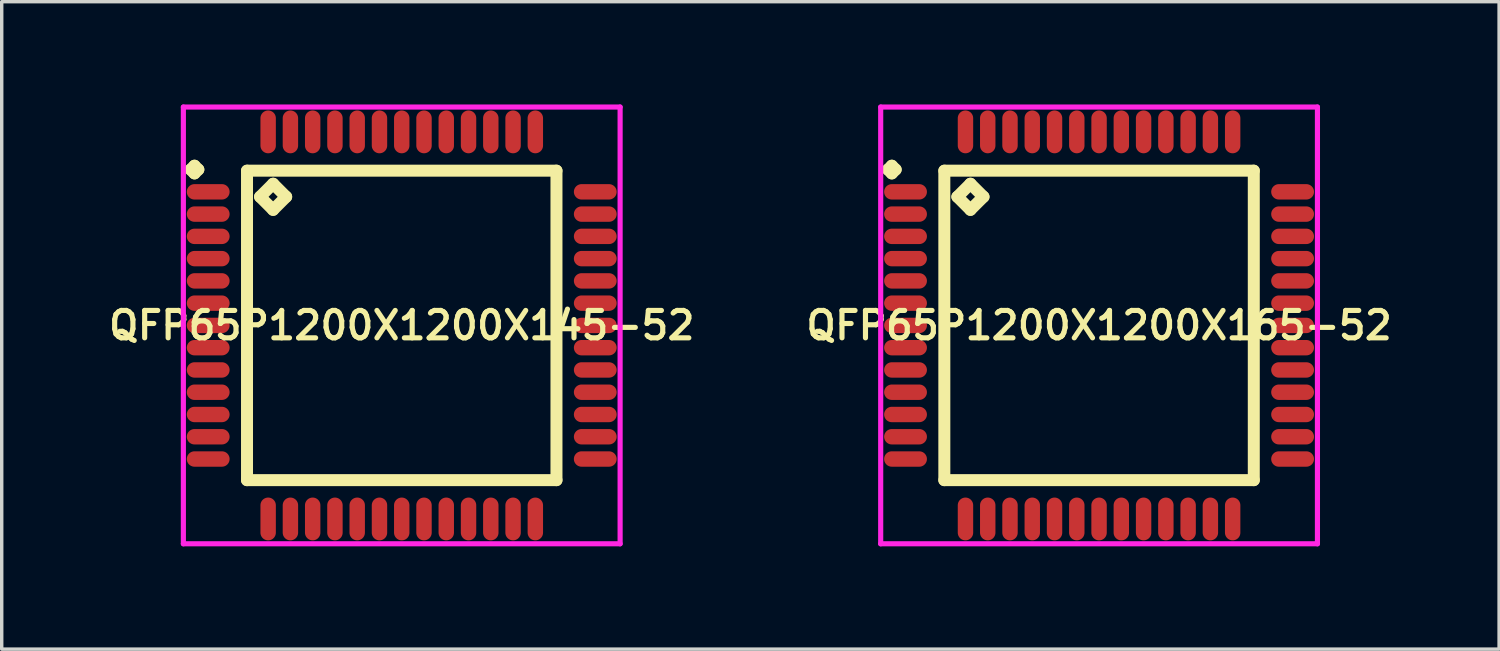
<source format=kicad_pcb>
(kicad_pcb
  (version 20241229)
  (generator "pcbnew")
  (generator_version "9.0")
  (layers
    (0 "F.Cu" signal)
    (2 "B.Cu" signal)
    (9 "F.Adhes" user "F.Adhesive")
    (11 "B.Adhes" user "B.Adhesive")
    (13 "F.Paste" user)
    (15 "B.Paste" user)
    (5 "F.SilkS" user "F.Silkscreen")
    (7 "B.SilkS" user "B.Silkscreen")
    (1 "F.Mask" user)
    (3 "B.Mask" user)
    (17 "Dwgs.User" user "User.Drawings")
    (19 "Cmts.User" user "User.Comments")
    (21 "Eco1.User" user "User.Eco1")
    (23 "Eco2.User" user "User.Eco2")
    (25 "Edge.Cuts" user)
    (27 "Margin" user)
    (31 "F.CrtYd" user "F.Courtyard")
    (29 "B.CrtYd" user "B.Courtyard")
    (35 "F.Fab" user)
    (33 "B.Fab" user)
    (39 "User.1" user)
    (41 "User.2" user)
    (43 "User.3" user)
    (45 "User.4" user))
  (footprint "QFP65P1200X1200X145-52"
    (layer "F.Cu")
    (at 8.678 6.45)
    (property "Reference" "QFP65P1200X1200X145-52" (at 0 0 0) (layer "F.SilkS") (effects (font (size 0.8 0.8) (thickness 0.15))))
    (attr smd)
    (fp_line (start -6.162 -4.55) (end -6.05 -4.662) (stroke (width 0.35) (type solid)) (layer "F.SilkS"))
    (fp_line (start -6.05 -4.662) (end -5.938 -4.55) (stroke (width 0.35) (type solid)) (layer "F.SilkS"))
    (fp_line (start -6.05 -4.438) (end -6.162 -4.55) (stroke (width 0.35) (type solid)) (layer "F.SilkS"))
    (fp_line (start -5.938 -4.55) (end -6.05 -4.438) (stroke (width 0.35) (type solid)) (layer "F.SilkS"))
    (fp_line (start -4.517 -4.517) (end -4.517 4.517) (stroke (width 0.35) (type solid)) (layer "F.SilkS"))
    (fp_line (start -4.517 4.517) (end 4.517 4.517) (stroke (width 0.35) (type solid)) (layer "F.SilkS"))
    (fp_line (start -4.136 -3.755) (end -3.755 -4.136) (stroke (width 0.35) (type solid)) (layer "F.SilkS"))
    (fp_line (start -3.755 -4.136) (end -3.374 -3.755) (stroke (width 0.35) (type solid)) (layer "F.SilkS"))
    (fp_line (start -3.755 -3.374) (end -4.136 -3.755) (stroke (width 0.35) (type solid)) (layer "F.SilkS"))
    (fp_line (start -3.374 -3.755) (end -3.755 -3.374) (stroke (width 0.35) (type solid)) (layer "F.SilkS"))
    (fp_line (start 4.517 -4.517) (end -4.517 -4.517) (stroke (width 0.35) (type solid)) (layer "F.SilkS"))
    (fp_line (start 4.517 4.517) (end 4.517 -4.517) (stroke (width 0.35) (type solid)) (layer "F.SilkS"))
    (fp_line (start -6.375 -6.375) (end 6.375 -6.375) (stroke (width 0.15) (type solid)) (layer "F.CrtYd"))
    (fp_line (start -6.375 6.375) (end -6.375 -6.375) (stroke (width 0.15) (type solid)) (layer "F.CrtYd"))
    (fp_line (start 6.375 -6.375) (end 6.375 6.375) (stroke (width 0.15) (type solid)) (layer "F.CrtYd"))
    (fp_line (start 6.375 6.375) (end -6.375 6.375) (stroke (width 0.15) (type solid)) (layer "F.CrtYd"))
    (pad "1" smd oval (at -5.65 -3.9) (size 1.25 0.45) (layers "F.Cu" "F.Mask" "F.Paste"))
    (pad "2" smd oval (at -5.65 -3.25) (size 1.25 0.45) (layers "F.Cu" "F.Mask" "F.Paste"))
    (pad "3" smd oval (at -5.65 -2.6) (size 1.25 0.45) (layers "F.Cu" "F.Mask" "F.Paste"))
    (pad "4" smd oval (at -5.65 -1.95) (size 1.25 0.45) (layers "F.Cu" "F.Mask" "F.Paste"))
    (pad "5" smd oval (at -5.65 -1.3) (size 1.25 0.45) (layers "F.Cu" "F.Mask" "F.Paste"))
    (pad "6" smd oval (at -5.65 -0.65) (size 1.25 0.45) (layers "F.Cu" "F.Mask" "F.Paste"))
    (pad "7" smd oval (at -5.65 0) (size 1.25 0.45) (layers "F.Cu" "F.Mask" "F.Paste"))
    (pad "8" smd oval (at -5.65 0.65) (size 1.25 0.45) (layers "F.Cu" "F.Mask" "F.Paste"))
    (pad "9" smd oval (at -5.65 1.3) (size 1.25 0.45) (layers "F.Cu" "F.Mask" "F.Paste"))
    (pad "10" smd oval (at -5.65 1.95) (size 1.25 0.45) (layers "F.Cu" "F.Mask" "F.Paste"))
    (pad "11" smd oval (at -5.65 2.6) (size 1.25 0.45) (layers "F.Cu" "F.Mask" "F.Paste"))
    (pad "12" smd oval (at -5.65 3.25) (size 1.25 0.45) (layers "F.Cu" "F.Mask" "F.Paste"))
    (pad "13" smd oval (at -5.65 3.9) (size 1.25 0.45) (layers "F.Cu" "F.Mask" "F.Paste"))
    (pad "14" smd oval (at -3.9 5.65) (size 0.45 1.25) (layers "F.Cu" "F.Mask" "F.Paste"))
    (pad "15" smd oval (at -3.25 5.65) (size 0.45 1.25) (layers "F.Cu" "F.Mask" "F.Paste"))
    (pad "16" smd oval (at -2.6 5.65) (size 0.45 1.25) (layers "F.Cu" "F.Mask" "F.Paste"))
    (pad "17" smd oval (at -1.95 5.65) (size 0.45 1.25) (layers "F.Cu" "F.Mask" "F.Paste"))
    (pad "18" smd oval (at -1.3 5.65) (size 0.45 1.25) (layers "F.Cu" "F.Mask" "F.Paste"))
    (pad "19" smd oval (at -0.65 5.65) (size 0.45 1.25) (layers "F.Cu" "F.Mask" "F.Paste"))
    (pad "20" smd oval (at 0 5.65) (size 0.45 1.25) (layers "F.Cu" "F.Mask" "F.Paste"))
    (pad "21" smd oval (at 0.65 5.65) (size 0.45 1.25) (layers "F.Cu" "F.Mask" "F.Paste"))
    (pad "22" smd oval (at 1.3 5.65) (size 0.45 1.25) (layers "F.Cu" "F.Mask" "F.Paste"))
    (pad "23" smd oval (at 1.95 5.65) (size 0.45 1.25) (layers "F.Cu" "F.Mask" "F.Paste"))
    (pad "24" smd oval (at 2.6 5.65) (size 0.45 1.25) (layers "F.Cu" "F.Mask" "F.Paste"))
    (pad "25" smd oval (at 3.25 5.65) (size 0.45 1.25) (layers "F.Cu" "F.Mask" "F.Paste"))
    (pad "26" smd oval (at 3.9 5.65) (size 0.45 1.25) (layers "F.Cu" "F.Mask" "F.Paste"))
    (pad "27" smd oval (at 5.65 3.9) (size 1.25 0.45) (layers "F.Cu" "F.Mask" "F.Paste"))
    (pad "28" smd oval (at 5.65 3.25) (size 1.25 0.45) (layers "F.Cu" "F.Mask" "F.Paste"))
    (pad "29" smd oval (at 5.65 2.6) (size 1.25 0.45) (layers "F.Cu" "F.Mask" "F.Paste"))
    (pad "30" smd oval (at 5.65 1.95) (size 1.25 0.45) (layers "F.Cu" "F.Mask" "F.Paste"))
    (pad "31" smd oval (at 5.65 1.3) (size 1.25 0.45) (layers "F.Cu" "F.Mask" "F.Paste"))
    (pad "32" smd oval (at 5.65 0.65) (size 1.25 0.45) (layers "F.Cu" "F.Mask" "F.Paste"))
    (pad "33" smd oval (at 5.65 0) (size 1.25 0.45) (layers "F.Cu" "F.Mask" "F.Paste"))
    (pad "34" smd oval (at 5.65 -0.65) (size 1.25 0.45) (layers "F.Cu" "F.Mask" "F.Paste"))
    (pad "35" smd oval (at 5.65 -1.3) (size 1.25 0.45) (layers "F.Cu" "F.Mask" "F.Paste"))
    (pad "36" smd oval (at 5.65 -1.95) (size 1.25 0.45) (layers "F.Cu" "F.Mask" "F.Paste"))
    (pad "37" smd oval (at 5.65 -2.6) (size 1.25 0.45) (layers "F.Cu" "F.Mask" "F.Paste"))
    (pad "38" smd oval (at 5.65 -3.25) (size 1.25 0.45) (layers "F.Cu" "F.Mask" "F.Paste"))
    (pad "39" smd oval (at 5.65 -3.9) (size 1.25 0.45) (layers "F.Cu" "F.Mask" "F.Paste"))
    (pad "40" smd oval (at 3.9 -5.65) (size 0.45 1.25) (layers "F.Cu" "F.Mask" "F.Paste"))
    (pad "41" smd oval (at 3.25 -5.65) (size 0.45 1.25) (layers "F.Cu" "F.Mask" "F.Paste"))
    (pad "42" smd oval (at 2.6 -5.65) (size 0.45 1.25) (layers "F.Cu" "F.Mask" "F.Paste"))
    (pad "43" smd oval (at 1.95 -5.65) (size 0.45 1.25) (layers "F.Cu" "F.Mask" "F.Paste"))
    (pad "44" smd oval (at 1.3 -5.65) (size 0.45 1.25) (layers "F.Cu" "F.Mask" "F.Paste"))
    (pad "45" smd oval (at 0.65 -5.65) (size 0.45 1.25) (layers "F.Cu" "F.Mask" "F.Paste"))
    (pad "46" smd oval (at 0 -5.65) (size 0.45 1.25) (layers "F.Cu" "F.Mask" "F.Paste"))
    (pad "47" smd oval (at -0.65 -5.65) (size 0.45 1.25) (layers "F.Cu" "F.Mask" "F.Paste"))
    (pad "48" smd oval (at -1.3 -5.65) (size 0.45 1.25) (layers "F.Cu" "F.Mask" "F.Paste"))
    (pad "49" smd oval (at -1.95 -5.65) (size 0.45 1.25) (layers "F.Cu" "F.Mask" "F.Paste"))
    (pad "50" smd oval (at -2.6 -5.65) (size 0.45 1.25) (layers "F.Cu" "F.Mask" "F.Paste"))
    (pad "51" smd oval (at -3.25 -5.65) (size 0.45 1.25) (layers "F.Cu" "F.Mask" "F.Paste"))
    (pad "52" smd oval (at -3.9 -5.65) (size 0.45 1.25) (layers "F.Cu" "F.Mask" "F.Paste")))
  (footprint "QFP65P1200X1200X165-52"
    (layer "F.Cu")
    (at 29.035 6.45)
    (property "Reference" "QFP65P1200X1200X165-52" (at 0 0 0) (layer "F.SilkS") (effects (font (size 0.8 0.8) (thickness 0.15))))
    (attr smd)
    (fp_line (start -6.162 -4.55) (end -6.05 -4.662) (stroke (width 0.35) (type solid)) (layer "F.SilkS"))
    (fp_line (start -6.05 -4.662) (end -5.938 -4.55) (stroke (width 0.35) (type solid)) (layer "F.SilkS"))
    (fp_line (start -6.05 -4.438) (end -6.162 -4.55) (stroke (width 0.35) (type solid)) (layer "F.SilkS"))
    (fp_line (start -5.938 -4.55) (end -6.05 -4.438) (stroke (width 0.35) (type solid)) (layer "F.SilkS"))
    (fp_line (start -4.517 -4.517) (end -4.517 4.517) (stroke (width 0.35) (type solid)) (layer "F.SilkS"))
    (fp_line (start -4.517 4.517) (end 4.517 4.517) (stroke (width 0.35) (type solid)) (layer "F.SilkS"))
    (fp_line (start -4.136 -3.755) (end -3.755 -4.136) (stroke (width 0.35) (type solid)) (layer "F.SilkS"))
    (fp_line (start -3.755 -4.136) (end -3.374 -3.755) (stroke (width 0.35) (type solid)) (layer "F.SilkS"))
    (fp_line (start -3.755 -3.374) (end -4.136 -3.755) (stroke (width 0.35) (type solid)) (layer "F.SilkS"))
    (fp_line (start -3.374 -3.755) (end -3.755 -3.374) (stroke (width 0.35) (type solid)) (layer "F.SilkS"))
    (fp_line (start 4.517 -4.517) (end -4.517 -4.517) (stroke (width 0.35) (type solid)) (layer "F.SilkS"))
    (fp_line (start 4.517 4.517) (end 4.517 -4.517) (stroke (width 0.35) (type solid)) (layer "F.SilkS"))
    (fp_line (start -6.375 -6.375) (end 6.375 -6.375) (stroke (width 0.15) (type solid)) (layer "F.CrtYd"))
    (fp_line (start -6.375 6.375) (end -6.375 -6.375) (stroke (width 0.15) (type solid)) (layer "F.CrtYd"))
    (fp_line (start 6.375 -6.375) (end 6.375 6.375) (stroke (width 0.15) (type solid)) (layer "F.CrtYd"))
    (fp_line (start 6.375 6.375) (end -6.375 6.375) (stroke (width 0.15) (type solid)) (layer "F.CrtYd"))
    (pad "1" smd oval (at -5.65 -3.9) (size 1.25 0.45) (layers "F.Cu" "F.Mask" "F.Paste"))
    (pad "2" smd oval (at -5.65 -3.25) (size 1.25 0.45) (layers "F.Cu" "F.Mask" "F.Paste"))
    (pad "3" smd oval (at -5.65 -2.6) (size 1.25 0.45) (layers "F.Cu" "F.Mask" "F.Paste"))
    (pad "4" smd oval (at -5.65 -1.95) (size 1.25 0.45) (layers "F.Cu" "F.Mask" "F.Paste"))
    (pad "5" smd oval (at -5.65 -1.3) (size 1.25 0.45) (layers "F.Cu" "F.Mask" "F.Paste"))
    (pad "6" smd oval (at -5.65 -0.65) (size 1.25 0.45) (layers "F.Cu" "F.Mask" "F.Paste"))
    (pad "7" smd oval (at -5.65 0) (size 1.25 0.45) (layers "F.Cu" "F.Mask" "F.Paste"))
    (pad "8" smd oval (at -5.65 0.65) (size 1.25 0.45) (layers "F.Cu" "F.Mask" "F.Paste"))
    (pad "9" smd oval (at -5.65 1.3) (size 1.25 0.45) (layers "F.Cu" "F.Mask" "F.Paste"))
    (pad "10" smd oval (at -5.65 1.95) (size 1.25 0.45) (layers "F.Cu" "F.Mask" "F.Paste"))
    (pad "11" smd oval (at -5.65 2.6) (size 1.25 0.45) (layers "F.Cu" "F.Mask" "F.Paste"))
    (pad "12" smd oval (at -5.65 3.25) (size 1.25 0.45) (layers "F.Cu" "F.Mask" "F.Paste"))
    (pad "13" smd oval (at -5.65 3.9) (size 1.25 0.45) (layers "F.Cu" "F.Mask" "F.Paste"))
    (pad "14" smd oval (at -3.9 5.65) (size 0.45 1.25) (layers "F.Cu" "F.Mask" "F.Paste"))
    (pad "15" smd oval (at -3.25 5.65) (size 0.45 1.25) (layers "F.Cu" "F.Mask" "F.Paste"))
    (pad "16" smd oval (at -2.6 5.65) (size 0.45 1.25) (layers "F.Cu" "F.Mask" "F.Paste"))
    (pad "17" smd oval (at -1.95 5.65) (size 0.45 1.25) (layers "F.Cu" "F.Mask" "F.Paste"))
    (pad "18" smd oval (at -1.3 5.65) (size 0.45 1.25) (layers "F.Cu" "F.Mask" "F.Paste"))
    (pad "19" smd oval (at -0.65 5.65) (size 0.45 1.25) (layers "F.Cu" "F.Mask" "F.Paste"))
    (pad "20" smd oval (at 0 5.65) (size 0.45 1.25) (layers "F.Cu" "F.Mask" "F.Paste"))
    (pad "21" smd oval (at 0.65 5.65) (size 0.45 1.25) (layers "F.Cu" "F.Mask" "F.Paste"))
    (pad "22" smd oval (at 1.3 5.65) (size 0.45 1.25) (layers "F.Cu" "F.Mask" "F.Paste"))
    (pad "23" smd oval (at 1.95 5.65) (size 0.45 1.25) (layers "F.Cu" "F.Mask" "F.Paste"))
    (pad "24" smd oval (at 2.6 5.65) (size 0.45 1.25) (layers "F.Cu" "F.Mask" "F.Paste"))
    (pad "25" smd oval (at 3.25 5.65) (size 0.45 1.25) (layers "F.Cu" "F.Mask" "F.Paste"))
    (pad "26" smd oval (at 3.9 5.65) (size 0.45 1.25) (layers "F.Cu" "F.Mask" "F.Paste"))
    (pad "27" smd oval (at 5.65 3.9) (size 1.25 0.45) (layers "F.Cu" "F.Mask" "F.Paste"))
    (pad "28" smd oval (at 5.65 3.25) (size 1.25 0.45) (layers "F.Cu" "F.Mask" "F.Paste"))
    (pad "29" smd oval (at 5.65 2.6) (size 1.25 0.45) (layers "F.Cu" "F.Mask" "F.Paste"))
    (pad "30" smd oval (at 5.65 1.95) (size 1.25 0.45) (layers "F.Cu" "F.Mask" "F.Paste"))
    (pad "31" smd oval (at 5.65 1.3) (size 1.25 0.45) (layers "F.Cu" "F.Mask" "F.Paste"))
    (pad "32" smd oval (at 5.65 0.65) (size 1.25 0.45) (layers "F.Cu" "F.Mask" "F.Paste"))
    (pad "33" smd oval (at 5.65 0) (size 1.25 0.45) (layers "F.Cu" "F.Mask" "F.Paste"))
    (pad "34" smd oval (at 5.65 -0.65) (size 1.25 0.45) (layers "F.Cu" "F.Mask" "F.Paste"))
    (pad "35" smd oval (at 5.65 -1.3) (size 1.25 0.45) (layers "F.Cu" "F.Mask" "F.Paste"))
    (pad "36" smd oval (at 5.65 -1.95) (size 1.25 0.45) (layers "F.Cu" "F.Mask" "F.Paste"))
    (pad "37" smd oval (at 5.65 -2.6) (size 1.25 0.45) (layers "F.Cu" "F.Mask" "F.Paste"))
    (pad "38" smd oval (at 5.65 -3.25) (size 1.25 0.45) (layers "F.Cu" "F.Mask" "F.Paste"))
    (pad "39" smd oval (at 5.65 -3.9) (size 1.25 0.45) (layers "F.Cu" "F.Mask" "F.Paste"))
    (pad "40" smd oval (at 3.9 -5.65) (size 0.45 1.25) (layers "F.Cu" "F.Mask" "F.Paste"))
    (pad "41" smd oval (at 3.25 -5.65) (size 0.45 1.25) (layers "F.Cu" "F.Mask" "F.Paste"))
    (pad "42" smd oval (at 2.6 -5.65) (size 0.45 1.25) (layers "F.Cu" "F.Mask" "F.Paste"))
    (pad "43" smd oval (at 1.95 -5.65) (size 0.45 1.25) (layers "F.Cu" "F.Mask" "F.Paste"))
    (pad "44" smd oval (at 1.3 -5.65) (size 0.45 1.25) (layers "F.Cu" "F.Mask" "F.Paste"))
    (pad "45" smd oval (at 0.65 -5.65) (size 0.45 1.25) (layers "F.Cu" "F.Mask" "F.Paste"))
    (pad "46" smd oval (at 0 -5.65) (size 0.45 1.25) (layers "F.Cu" "F.Mask" "F.Paste"))
    (pad "47" smd oval (at -0.65 -5.65) (size 0.45 1.25) (layers "F.Cu" "F.Mask" "F.Paste"))
    (pad "48" smd oval (at -1.3 -5.65) (size 0.45 1.25) (layers "F.Cu" "F.Mask" "F.Paste"))
    (pad "49" smd oval (at -1.95 -5.65) (size 0.45 1.25) (layers "F.Cu" "F.Mask" "F.Paste"))
    (pad "50" smd oval (at -2.6 -5.65) (size 0.45 1.25) (layers "F.Cu" "F.Mask" "F.Paste"))
    (pad "51" smd oval (at -3.25 -5.65) (size 0.45 1.25) (layers "F.Cu" "F.Mask" "F.Paste"))
    (pad "52" smd oval (at -3.9 -5.65) (size 0.45 1.25) (layers "F.Cu" "F.Mask" "F.Paste")))
  (gr_rect
    (start -3 -3)
    (end 40.713 15.9)
    (stroke (width 0.1) (type default))
    (fill no)
    (layer "Edge.Cuts")))
</source>
